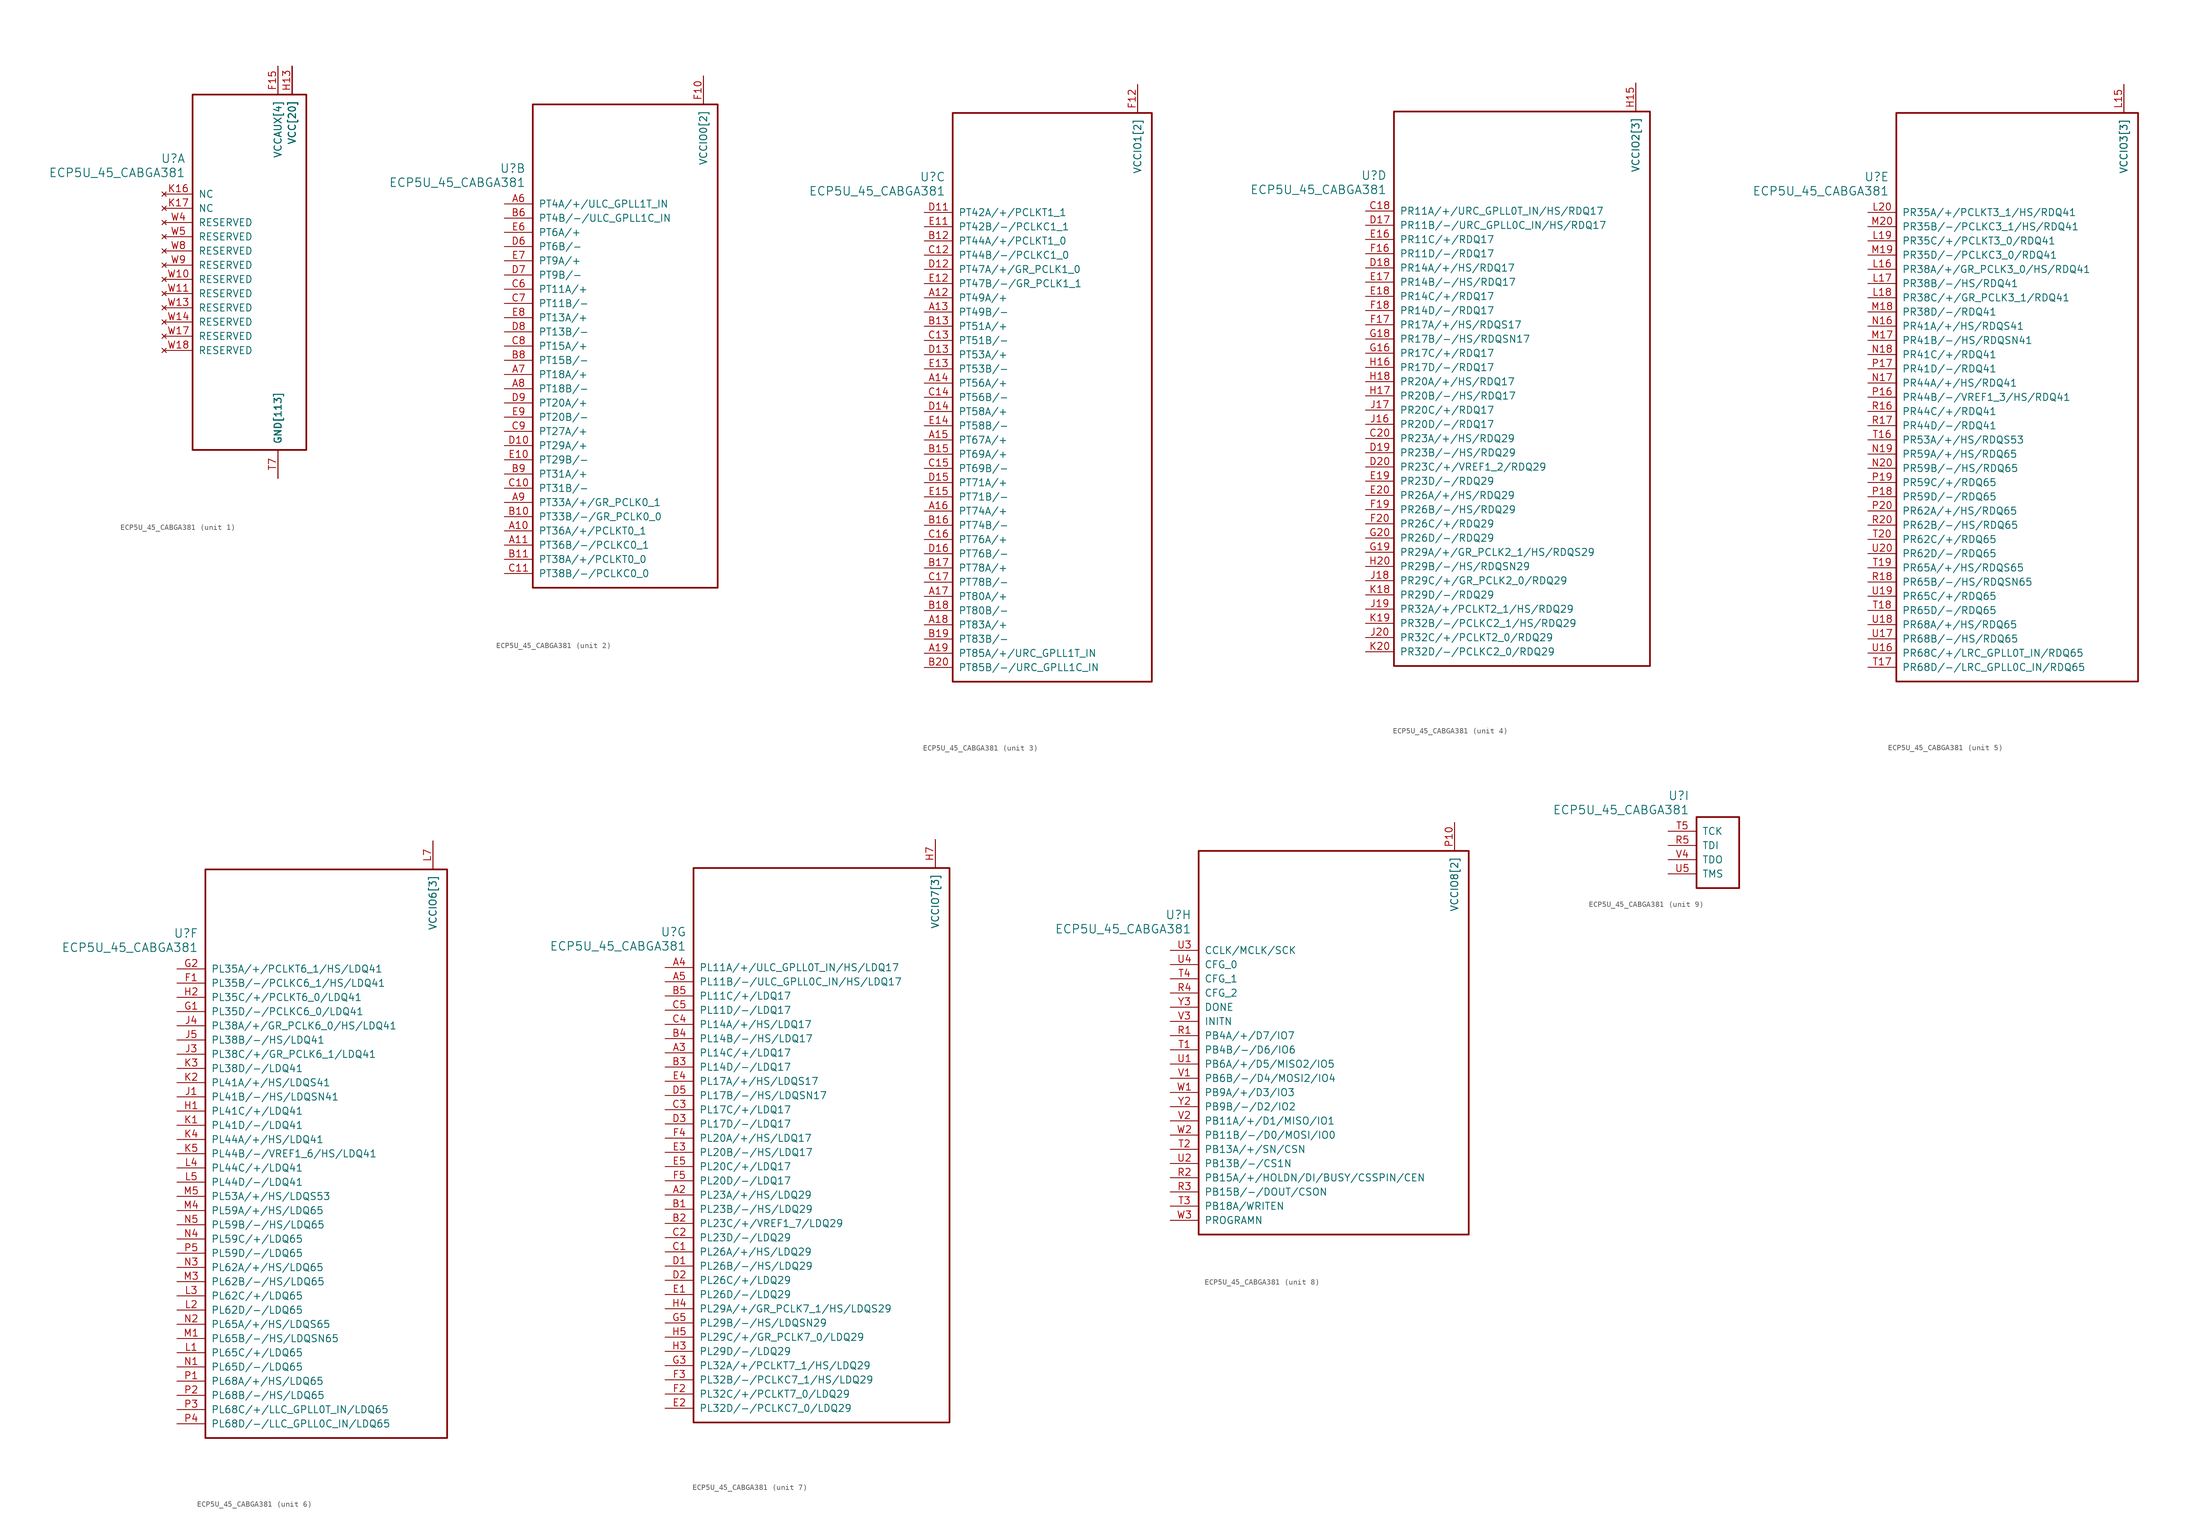
<source format=kicad_sym>
(kicad_symbol_lib
  (version 20241209)
  (generator "kicad_symbol_editor")
  (generator_version "9.0")
  (symbol "ECP5U_45_CABGA381"
    (pin_names
      (offset 1.016))
    (property "Reference" "U"
      (at 3.81 6.35 0)
      (effects (font (size 1.524 1.524)) (justify right)))
    (property "Value" "ECP5U_45_CABGA381"
      (at 3.81 3.81 0)
      (effects (font (size 1.524 1.524)) (justify right)))
    (property "ki_locked" ""
      (at 0 0 0)
      (effects (font (size 1.27 1.27))))
    (symbol "ECP5U_45_CABGA381_1_1"
      (rectangle (start 5.08 17.78) (end 25.4 -45.72) (stroke (width 0.305) (type solid)) (fill (type none)))
      (pin no_connect line (at 0 0 0) (length 5.08) (name "NC" (effects (font (size 1.27 1.27)))) (number "K16" (effects (font (size 1.27 1.27)))))
      (pin no_connect line (at 0 -2.54 0) (length 5.08) (name "NC" (effects (font (size 1.27 1.27)))) (number "K17" (effects (font (size 1.27 1.27)))))
      (pin no_connect line (at 0 -5.08 0) (length 5.08) (name "RESERVED" (effects (font (size 1.27 1.27)))) (number "W4" (effects (font (size 1.27 1.27)))))
      (pin no_connect line (at 0 -7.62 0) (length 5.08) (name "RESERVED" (effects (font (size 1.27 1.27)))) (number "W5" (effects (font (size 1.27 1.27)))))
      (pin no_connect line (at 0 -10.16 0) (length 5.08) (name "RESERVED" (effects (font (size 1.27 1.27)))) (number "W8" (effects (font (size 1.27 1.27)))))
      (pin no_connect line (at 0 -12.7 0) (length 5.08) (name "RESERVED" (effects (font (size 1.27 1.27)))) (number "W9" (effects (font (size 1.27 1.27)))))
      (pin no_connect line (at 0 -15.24 0) (length 5.08) (name "RESERVED" (effects (font (size 1.27 1.27)))) (number "W10" (effects (font (size 1.27 1.27)))))
      (pin no_connect line (at 0 -17.78 0) (length 5.08) (name "RESERVED" (effects (font (size 1.27 1.27)))) (number "W11" (effects (font (size 1.27 1.27)))))
      (pin no_connect line (at 0 -20.32 0) (length 5.08) (name "RESERVED" (effects (font (size 1.27 1.27)))) (number "W13" (effects (font (size 1.27 1.27)))))
      (pin no_connect line (at 0 -22.86 0) (length 5.08) (name "RESERVED" (effects (font (size 1.27 1.27)))) (number "W14" (effects (font (size 1.27 1.27)))))
      (pin no_connect line (at 0 -25.4 0) (length 5.08) (name "RESERVED" (effects (font (size 1.27 1.27)))) (number "W17" (effects (font (size 1.27 1.27)))))
      (pin no_connect line (at 0 -27.94 0) (length 5.08) (name "RESERVED" (effects (font (size 1.27 1.27)))) (number "W18" (effects (font (size 1.27 1.27)))))
      (pin power_in line (at 20.32 22.86 270) (length 5.08) (name "VCCAUX[4]" (effects (font (size 1.27 1.27)))) (number "F15" (effects (font (size 1.27 1.27)))))
      (pin power_in line (at 20.32 22.86 270) (length 5.08) (name "VCCAUX[4]" (effects (font (size 1.27 1.27)))) (number "F6" (effects (font (size 0 0)))))
      (pin power_in line (at 20.32 22.86 270) (length 5.08) (name "VCCAUX[4]" (effects (font (size 1.27 1.27)))) (number "P15" (effects (font (size 0 0)))))
      (pin power_in line (at 20.32 22.86 270) (length 5.08) (name "VCCAUX[4]" (effects (font (size 1.27 1.27)))) (number "P6" (effects (font (size 0 0)))))
      (pin power_in line (at 20.32 -50.8 90) (length 5.08) (name "GND[113]" (effects (font (size 1.27 1.27)))) (number "B14" (effects (font (size 0 0)))))
      (pin power_in line (at 20.32 -50.8 90) (length 5.08) (name "GND[113]" (effects (font (size 1.27 1.27)))) (number "B7" (effects (font (size 0 0)))))
      (pin power_in line (at 20.32 -50.8 90) (length 5.08) (name "GND[113]" (effects (font (size 1.27 1.27)))) (number "C19" (effects (font (size 0 0)))))
      (pin power_in line (at 20.32 -50.8 90) (length 5.08) (name "GND[113]" (effects (font (size 1.27 1.27)))) (number "D4" (effects (font (size 0 0)))))
      (pin power_in line (at 20.32 -50.8 90) (length 5.08) (name "GND[113]" (effects (font (size 1.27 1.27)))) (number "F13" (effects (font (size 0 0)))))
      (pin power_in line (at 20.32 -50.8 90) (length 5.08) (name "GND[113]" (effects (font (size 1.27 1.27)))) (number "F14" (effects (font (size 0 0)))))
      (pin power_in line (at 20.32 -50.8 90) (length 5.08) (name "GND[113]" (effects (font (size 1.27 1.27)))) (number "F7" (effects (font (size 0 0)))))
      (pin power_in line (at 20.32 -50.8 90) (length 5.08) (name "GND[113]" (effects (font (size 1.27 1.27)))) (number "F8" (effects (font (size 0 0)))))
      (pin power_in line (at 20.32 -50.8 90) (length 5.08) (name "GND[113]" (effects (font (size 1.27 1.27)))) (number "G10" (effects (font (size 0 0)))))
      (pin power_in line (at 20.32 -50.8 90) (length 5.08) (name "GND[113]" (effects (font (size 1.27 1.27)))) (number "G11" (effects (font (size 0 0)))))
      (pin power_in line (at 20.32 -50.8 90) (length 5.08) (name "GND[113]" (effects (font (size 1.27 1.27)))) (number "G12" (effects (font (size 0 0)))))
      (pin power_in line (at 20.32 -50.8 90) (length 5.08) (name "GND[113]" (effects (font (size 1.27 1.27)))) (number "G13" (effects (font (size 0 0)))))
      (pin power_in line (at 20.32 -50.8 90) (length 5.08) (name "GND[113]" (effects (font (size 1.27 1.27)))) (number "G14" (effects (font (size 0 0)))))
      (pin power_in line (at 20.32 -50.8 90) (length 5.08) (name "GND[113]" (effects (font (size 1.27 1.27)))) (number "G15" (effects (font (size 0 0)))))
      (pin power_in line (at 20.32 -50.8 90) (length 5.08) (name "GND[113]" (effects (font (size 1.27 1.27)))) (number "G17" (effects (font (size 0 0)))))
      (pin power_in line (at 20.32 -50.8 90) (length 5.08) (name "GND[113]" (effects (font (size 1.27 1.27)))) (number "G4" (effects (font (size 0 0)))))
      (pin power_in line (at 20.32 -50.8 90) (length 5.08) (name "GND[113]" (effects (font (size 1.27 1.27)))) (number "G6" (effects (font (size 0 0)))))
      (pin power_in line (at 20.32 -50.8 90) (length 5.08) (name "GND[113]" (effects (font (size 1.27 1.27)))) (number "G7" (effects (font (size 0 0)))))
      (pin power_in line (at 20.32 -50.8 90) (length 5.08) (name "GND[113]" (effects (font (size 1.27 1.27)))) (number "G8" (effects (font (size 0 0)))))
      (pin power_in line (at 20.32 -50.8 90) (length 5.08) (name "GND[113]" (effects (font (size 1.27 1.27)))) (number "G9" (effects (font (size 0 0)))))
      (pin power_in line (at 20.32 -50.8 90) (length 5.08) (name "GND[113]" (effects (font (size 1.27 1.27)))) (number "H19" (effects (font (size 0 0)))))
      (pin power_in line (at 20.32 -50.8 90) (length 5.08) (name "GND[113]" (effects (font (size 1.27 1.27)))) (number "J10" (effects (font (size 0 0)))))
      (pin power_in line (at 20.32 -50.8 90) (length 5.08) (name "GND[113]" (effects (font (size 1.27 1.27)))) (number "J11" (effects (font (size 0 0)))))
      (pin power_in line (at 20.32 -50.8 90) (length 5.08) (name "GND[113]" (effects (font (size 1.27 1.27)))) (number "J12" (effects (font (size 0 0)))))
      (pin power_in line (at 20.32 -50.8 90) (length 5.08) (name "GND[113]" (effects (font (size 1.27 1.27)))) (number "J14" (effects (font (size 0 0)))))
      (pin power_in line (at 20.32 -50.8 90) (length 5.08) (name "GND[113]" (effects (font (size 1.27 1.27)))) (number "J2" (effects (font (size 0 0)))))
      (pin power_in line (at 20.32 -50.8 90) (length 5.08) (name "GND[113]" (effects (font (size 1.27 1.27)))) (number "J7" (effects (font (size 0 0)))))
      (pin power_in line (at 20.32 -50.8 90) (length 5.08) (name "GND[113]" (effects (font (size 1.27 1.27)))) (number "J9" (effects (font (size 0 0)))))
      (pin power_in line (at 20.32 -50.8 90) (length 5.08) (name "GND[113]" (effects (font (size 1.27 1.27)))) (number "K10" (effects (font (size 0 0)))))
      (pin power_in line (at 20.32 -50.8 90) (length 5.08) (name "GND[113]" (effects (font (size 1.27 1.27)))) (number "K11" (effects (font (size 0 0)))))
      (pin power_in line (at 20.32 -50.8 90) (length 5.08) (name "GND[113]" (effects (font (size 1.27 1.27)))) (number "K12" (effects (font (size 0 0)))))
      (pin power_in line (at 20.32 -50.8 90) (length 5.08) (name "GND[113]" (effects (font (size 1.27 1.27)))) (number "K14" (effects (font (size 0 0)))))
      (pin power_in line (at 20.32 -50.8 90) (length 5.08) (name "GND[113]" (effects (font (size 1.27 1.27)))) (number "K15" (effects (font (size 0 0)))))
      (pin power_in line (at 20.32 -50.8 90) (length 5.08) (name "GND[113]" (effects (font (size 1.27 1.27)))) (number "K6" (effects (font (size 0 0)))))
      (pin power_in line (at 20.32 -50.8 90) (length 5.08) (name "GND[113]" (effects (font (size 1.27 1.27)))) (number "K7" (effects (font (size 0 0)))))
      (pin power_in line (at 20.32 -50.8 90) (length 5.08) (name "GND[113]" (effects (font (size 1.27 1.27)))) (number "K9" (effects (font (size 0 0)))))
      (pin power_in line (at 20.32 -50.8 90) (length 5.08) (name "GND[113]" (effects (font (size 1.27 1.27)))) (number "L10" (effects (font (size 0 0)))))
      (pin power_in line (at 20.32 -50.8 90) (length 5.08) (name "GND[113]" (effects (font (size 1.27 1.27)))) (number "L11" (effects (font (size 0 0)))))
      (pin power_in line (at 20.32 -50.8 90) (length 5.08) (name "GND[113]" (effects (font (size 1.27 1.27)))) (number "L12" (effects (font (size 0 0)))))
      (pin power_in line (at 20.32 -50.8 90) (length 5.08) (name "GND[113]" (effects (font (size 1.27 1.27)))) (number "L9" (effects (font (size 0 0)))))
      (pin power_in line (at 20.32 -50.8 90) (length 5.08) (name "GND[113]" (effects (font (size 1.27 1.27)))) (number "M10" (effects (font (size 0 0)))))
      (pin power_in line (at 20.32 -50.8 90) (length 5.08) (name "GND[113]" (effects (font (size 1.27 1.27)))) (number "M11" (effects (font (size 0 0)))))
      (pin power_in line (at 20.32 -50.8 90) (length 5.08) (name "GND[113]" (effects (font (size 1.27 1.27)))) (number "M12" (effects (font (size 0 0)))))
      (pin power_in line (at 20.32 -50.8 90) (length 5.08) (name "GND[113]" (effects (font (size 1.27 1.27)))) (number "M14" (effects (font (size 0 0)))))
      (pin power_in line (at 20.32 -50.8 90) (length 5.08) (name "GND[113]" (effects (font (size 1.27 1.27)))) (number "M16" (effects (font (size 0 0)))))
      (pin power_in line (at 20.32 -50.8 90) (length 5.08) (name "GND[113]" (effects (font (size 1.27 1.27)))) (number "M2" (effects (font (size 0 0)))))
      (pin power_in line (at 20.32 -50.8 90) (length 5.08) (name "GND[113]" (effects (font (size 1.27 1.27)))) (number "M7" (effects (font (size 0 0)))))
      (pin power_in line (at 20.32 -50.8 90) (length 5.08) (name "GND[113]" (effects (font (size 1.27 1.27)))) (number "M9" (effects (font (size 0 0)))))
      (pin power_in line (at 20.32 -50.8 90) (length 5.08) (name "GND[113]" (effects (font (size 1.27 1.27)))) (number "N14" (effects (font (size 0 0)))))
      (pin power_in line (at 20.32 -50.8 90) (length 5.08) (name "GND[113]" (effects (font (size 1.27 1.27)))) (number "N15" (effects (font (size 0 0)))))
      (pin power_in line (at 20.32 -50.8 90) (length 5.08) (name "GND[113]" (effects (font (size 1.27 1.27)))) (number "N6" (effects (font (size 0 0)))))
      (pin power_in line (at 20.32 -50.8 90) (length 5.08) (name "GND[113]" (effects (font (size 1.27 1.27)))) (number "N7" (effects (font (size 0 0)))))
      (pin power_in line (at 20.32 -50.8 90) (length 5.08) (name "GND[113]" (effects (font (size 1.27 1.27)))) (number "P11" (effects (font (size 0 0)))))
      (pin power_in line (at 20.32 -50.8 90) (length 5.08) (name "GND[113]" (effects (font (size 1.27 1.27)))) (number "P12" (effects (font (size 0 0)))))
      (pin power_in line (at 20.32 -50.8 90) (length 5.08) (name "GND[113]" (effects (font (size 1.27 1.27)))) (number "P13" (effects (font (size 0 0)))))
      (pin power_in line (at 20.32 -50.8 90) (length 5.08) (name "GND[113]" (effects (font (size 1.27 1.27)))) (number "P14" (effects (font (size 0 0)))))
      (pin power_in line (at 20.32 -50.8 90) (length 5.08) (name "GND[113]" (effects (font (size 1.27 1.27)))) (number "P7" (effects (font (size 0 0)))))
      (pin power_in line (at 20.32 -50.8 90) (length 5.08) (name "GND[113]" (effects (font (size 1.27 1.27)))) (number "P8" (effects (font (size 0 0)))))
      (pin power_in line (at 20.32 -50.8 90) (length 5.08) (name "GND[113]" (effects (font (size 1.27 1.27)))) (number "R19" (effects (font (size 0 0)))))
      (pin power_in line (at 20.32 -50.8 90) (length 5.08) (name "GND[113]" (effects (font (size 1.27 1.27)))) (number "T10" (effects (font (size 0 0)))))
      (pin power_in line (at 20.32 -50.8 90) (length 5.08) (name "GND[113]" (effects (font (size 1.27 1.27)))) (number "T11" (effects (font (size 0 0)))))
      (pin power_in line (at 20.32 -50.8 90) (length 5.08) (name "GND[113]" (effects (font (size 1.27 1.27)))) (number "T12" (effects (font (size 0 0)))))
      (pin power_in line (at 20.32 -50.8 90) (length 5.08) (name "GND[113]" (effects (font (size 1.27 1.27)))) (number "T13" (effects (font (size 0 0)))))
      (pin power_in line (at 20.32 -50.8 90) (length 5.08) (name "GND[113]" (effects (font (size 1.27 1.27)))) (number "T14" (effects (font (size 0 0)))))
      (pin power_in line (at 20.32 -50.8 90) (length 5.08) (name "GND[113]" (effects (font (size 1.27 1.27)))) (number "T15" (effects (font (size 0 0)))))
      (pin power_in line (at 20.32 -50.8 90) (length 5.08) (name "GND[113]" (effects (font (size 1.27 1.27)))) (number "T6" (effects (font (size 0 0)))))
      (pin power_in line (at 20.32 -50.8 90) (length 5.08) (name "GND[113]" (effects (font (size 1.27 1.27)))) (number "T7" (effects (font (size 1.27 1.27)))))
      (pin power_in line (at 20.32 -50.8 90) (length 5.08) (name "GND[113]" (effects (font (size 1.27 1.27)))) (number "T8" (effects (font (size 0 0)))))
      (pin power_in line (at 20.32 -50.8 90) (length 5.08) (name "GND[113]" (effects (font (size 1.27 1.27)))) (number "T9" (effects (font (size 0 0)))))
      (pin power_in line (at 20.32 -50.8 90) (length 5.08) (name "GND[113]" (effects (font (size 1.27 1.27)))) (number "U10" (effects (font (size 0 0)))))
      (pin power_in line (at 20.32 -50.8 90) (length 5.08) (name "GND[113]" (effects (font (size 1.27 1.27)))) (number "U11" (effects (font (size 0 0)))))
      (pin power_in line (at 20.32 -50.8 90) (length 5.08) (name "GND[113]" (effects (font (size 1.27 1.27)))) (number "U12" (effects (font (size 0 0)))))
      (pin power_in line (at 20.32 -50.8 90) (length 5.08) (name "GND[113]" (effects (font (size 1.27 1.27)))) (number "U13" (effects (font (size 0 0)))))
      (pin power_in line (at 20.32 -50.8 90) (length 5.08) (name "GND[113]" (effects (font (size 1.27 1.27)))) (number "U14" (effects (font (size 0 0)))))
      (pin power_in line (at 20.32 -50.8 90) (length 5.08) (name "GND[113]" (effects (font (size 1.27 1.27)))) (number "U15" (effects (font (size 0 0)))))
      (pin power_in line (at 20.32 -50.8 90) (length 5.08) (name "GND[113]" (effects (font (size 1.27 1.27)))) (number "U6" (effects (font (size 0 0)))))
      (pin power_in line (at 20.32 -50.8 90) (length 5.08) (name "GND[113]" (effects (font (size 1.27 1.27)))) (number "U7" (effects (font (size 0 0)))))
      (pin power_in line (at 20.32 -50.8 90) (length 5.08) (name "GND[113]" (effects (font (size 1.27 1.27)))) (number "U8" (effects (font (size 0 0)))))
      (pin power_in line (at 20.32 -50.8 90) (length 5.08) (name "GND[113]" (effects (font (size 1.27 1.27)))) (number "U9" (effects (font (size 0 0)))))
      (pin power_in line (at 20.32 -50.8 90) (length 5.08) (name "GND[113]" (effects (font (size 1.27 1.27)))) (number "V10" (effects (font (size 0 0)))))
      (pin power_in line (at 20.32 -50.8 90) (length 5.08) (name "GND[113]" (effects (font (size 1.27 1.27)))) (number "V11" (effects (font (size 0 0)))))
      (pin power_in line (at 20.32 -50.8 90) (length 5.08) (name "GND[113]" (effects (font (size 1.27 1.27)))) (number "V12" (effects (font (size 0 0)))))
      (pin power_in line (at 20.32 -50.8 90) (length 5.08) (name "GND[113]" (effects (font (size 1.27 1.27)))) (number "V13" (effects (font (size 0 0)))))
      (pin power_in line (at 20.32 -50.8 90) (length 5.08) (name "GND[113]" (effects (font (size 1.27 1.27)))) (number "V14" (effects (font (size 0 0)))))
      (pin power_in line (at 20.32 -50.8 90) (length 5.08) (name "GND[113]" (effects (font (size 1.27 1.27)))) (number "V15" (effects (font (size 0 0)))))
      (pin power_in line (at 20.32 -50.8 90) (length 5.08) (name "GND[113]" (effects (font (size 1.27 1.27)))) (number "V16" (effects (font (size 0 0)))))
      (pin power_in line (at 20.32 -50.8 90) (length 5.08) (name "GND[113]" (effects (font (size 1.27 1.27)))) (number "V17" (effects (font (size 0 0)))))
      (pin power_in line (at 20.32 -50.8 90) (length 5.08) (name "GND[113]" (effects (font (size 1.27 1.27)))) (number "V18" (effects (font (size 0 0)))))
      (pin power_in line (at 20.32 -50.8 90) (length 5.08) (name "GND[113]" (effects (font (size 1.27 1.27)))) (number "V19" (effects (font (size 0 0)))))
      (pin power_in line (at 20.32 -50.8 90) (length 5.08) (name "GND[113]" (effects (font (size 1.27 1.27)))) (number "V20" (effects (font (size 0 0)))))
      (pin power_in line (at 20.32 -50.8 90) (length 5.08) (name "GND[113]" (effects (font (size 1.27 1.27)))) (number "V5" (effects (font (size 0 0)))))
      (pin power_in line (at 20.32 -50.8 90) (length 5.08) (name "GND[113]" (effects (font (size 1.27 1.27)))) (number "V6" (effects (font (size 0 0)))))
      (pin power_in line (at 20.32 -50.8 90) (length 5.08) (name "GND[113]" (effects (font (size 1.27 1.27)))) (number "V7" (effects (font (size 0 0)))))
      (pin power_in line (at 20.32 -50.8 90) (length 5.08) (name "GND[113]" (effects (font (size 1.27 1.27)))) (number "V8" (effects (font (size 0 0)))))
      (pin power_in line (at 20.32 -50.8 90) (length 5.08) (name "GND[113]" (effects (font (size 1.27 1.27)))) (number "V9" (effects (font (size 0 0)))))
      (pin power_in line (at 20.32 -50.8 90) (length 5.08) (name "GND[113]" (effects (font (size 1.27 1.27)))) (number "W12" (effects (font (size 0 0)))))
      (pin power_in line (at 20.32 -50.8 90) (length 5.08) (name "GND[113]" (effects (font (size 1.27 1.27)))) (number "W15" (effects (font (size 0 0)))))
      (pin power_in line (at 20.32 -50.8 90) (length 5.08) (name "GND[113]" (effects (font (size 1.27 1.27)))) (number "W16" (effects (font (size 0 0)))))
      (pin power_in line (at 20.32 -50.8 90) (length 5.08) (name "GND[113]" (effects (font (size 1.27 1.27)))) (number "W19" (effects (font (size 0 0)))))
      (pin power_in line (at 20.32 -50.8 90) (length 5.08) (name "GND[113]" (effects (font (size 1.27 1.27)))) (number "W20" (effects (font (size 0 0)))))
      (pin power_in line (at 20.32 -50.8 90) (length 5.08) (name "GND[113]" (effects (font (size 1.27 1.27)))) (number "W6" (effects (font (size 0 0)))))
      (pin power_in line (at 20.32 -50.8 90) (length 5.08) (name "GND[113]" (effects (font (size 1.27 1.27)))) (number "W7" (effects (font (size 0 0)))))
      (pin power_in line (at 20.32 -50.8 90) (length 5.08) (name "GND[113]" (effects (font (size 1.27 1.27)))) (number "Y11" (effects (font (size 0 0)))))
      (pin power_in line (at 20.32 -50.8 90) (length 5.08) (name "GND[113]" (effects (font (size 1.27 1.27)))) (number "Y12" (effects (font (size 0 0)))))
      (pin power_in line (at 20.32 -50.8 90) (length 5.08) (name "GND[113]" (effects (font (size 1.27 1.27)))) (number "Y14" (effects (font (size 0 0)))))
      (pin power_in line (at 20.32 -50.8 90) (length 5.08) (name "GND[113]" (effects (font (size 1.27 1.27)))) (number "Y15" (effects (font (size 0 0)))))
      (pin power_in line (at 20.32 -50.8 90) (length 5.08) (name "GND[113]" (effects (font (size 1.27 1.27)))) (number "Y16" (effects (font (size 0 0)))))
      (pin power_in line (at 20.32 -50.8 90) (length 5.08) (name "GND[113]" (effects (font (size 1.27 1.27)))) (number "Y17" (effects (font (size 0 0)))))
      (pin power_in line (at 20.32 -50.8 90) (length 5.08) (name "GND[113]" (effects (font (size 1.27 1.27)))) (number "Y19" (effects (font (size 0 0)))))
      (pin power_in line (at 20.32 -50.8 90) (length 5.08) (name "GND[113]" (effects (font (size 1.27 1.27)))) (number "Y5" (effects (font (size 0 0)))))
      (pin power_in line (at 20.32 -50.8 90) (length 5.08) (name "GND[113]" (effects (font (size 1.27 1.27)))) (number "Y6" (effects (font (size 0 0)))))
      (pin power_in line (at 20.32 -50.8 90) (length 5.08) (name "GND[113]" (effects (font (size 1.27 1.27)))) (number "Y7" (effects (font (size 0 0)))))
      (pin power_in line (at 20.32 -50.8 90) (length 5.08) (name "GND[113]" (effects (font (size 1.27 1.27)))) (number "Y8" (effects (font (size 0 0)))))
      (pin power_in line (at 22.86 22.86 270) (length 5.08) (name "VCC[20]" (effects (font (size 1.27 1.27)))) (number "H10" (effects (font (size 0 0)))))
      (pin power_in line (at 22.86 22.86 270) (length 5.08) (name "VCC[20]" (effects (font (size 1.27 1.27)))) (number "H11" (effects (font (size 0 0)))))
      (pin power_in line (at 22.86 22.86 270) (length 5.08) (name "VCC[20]" (effects (font (size 1.27 1.27)))) (number "H12" (effects (font (size 0 0)))))
      (pin power_in line (at 22.86 22.86 270) (length 5.08) (name "VCC[20]" (effects (font (size 1.27 1.27)))) (number "H13" (effects (font (size 1.27 1.27)))))
      (pin power_in line (at 22.86 22.86 270) (length 5.08) (name "VCC[20]" (effects (font (size 1.27 1.27)))) (number "H8" (effects (font (size 0 0)))))
      (pin power_in line (at 22.86 22.86 270) (length 5.08) (name "VCC[20]" (effects (font (size 1.27 1.27)))) (number "H9" (effects (font (size 0 0)))))
      (pin power_in line (at 22.86 22.86 270) (length 5.08) (name "VCC[20]" (effects (font (size 1.27 1.27)))) (number "J13" (effects (font (size 0 0)))))
      (pin power_in line (at 22.86 22.86 270) (length 5.08) (name "VCC[20]" (effects (font (size 1.27 1.27)))) (number "J8" (effects (font (size 0 0)))))
      (pin power_in line (at 22.86 22.86 270) (length 5.08) (name "VCC[20]" (effects (font (size 1.27 1.27)))) (number "K13" (effects (font (size 0 0)))))
      (pin power_in line (at 22.86 22.86 270) (length 5.08) (name "VCC[20]" (effects (font (size 1.27 1.27)))) (number "K8" (effects (font (size 0 0)))))
      (pin power_in line (at 22.86 22.86 270) (length 5.08) (name "VCC[20]" (effects (font (size 1.27 1.27)))) (number "L13" (effects (font (size 0 0)))))
      (pin power_in line (at 22.86 22.86 270) (length 5.08) (name "VCC[20]" (effects (font (size 1.27 1.27)))) (number "L8" (effects (font (size 0 0)))))
      (pin power_in line (at 22.86 22.86 270) (length 5.08) (name "VCC[20]" (effects (font (size 1.27 1.27)))) (number "M13" (effects (font (size 0 0)))))
      (pin power_in line (at 22.86 22.86 270) (length 5.08) (name "VCC[20]" (effects (font (size 1.27 1.27)))) (number "M8" (effects (font (size 0 0)))))
      (pin power_in line (at 22.86 22.86 270) (length 5.08) (name "VCC[20]" (effects (font (size 1.27 1.27)))) (number "N10" (effects (font (size 0 0)))))
      (pin power_in line (at 22.86 22.86 270) (length 5.08) (name "VCC[20]" (effects (font (size 1.27 1.27)))) (number "N11" (effects (font (size 0 0)))))
      (pin power_in line (at 22.86 22.86 270) (length 5.08) (name "VCC[20]" (effects (font (size 1.27 1.27)))) (number "N12" (effects (font (size 0 0)))))
      (pin power_in line (at 22.86 22.86 270) (length 5.08) (name "VCC[20]" (effects (font (size 1.27 1.27)))) (number "N13" (effects (font (size 0 0)))))
      (pin power_in line (at 22.86 22.86 270) (length 5.08) (name "VCC[20]" (effects (font (size 1.27 1.27)))) (number "N8" (effects (font (size 0 0)))))
      (pin power_in line (at 22.86 22.86 270) (length 5.08) (name "VCC[20]" (effects (font (size 1.27 1.27)))) (number "N9" (effects (font (size 0 0))))))
    (symbol "ECP5U_45_CABGA381_2_1"
      (rectangle (start 5.08 17.78) (end 38.1 -68.58) (stroke (width 0.305) (type solid)) (fill (type none)))
      (pin bidirectional line (at 0 0 0) (length 5.08) (name "PT4A/+/ULC_GPLL1T_IN" (effects (font (size 1.27 1.27)))) (number "A6" (effects (font (size 1.27 1.27)))))
      (pin bidirectional line (at 0 -2.54 0) (length 5.08) (name "PT4B/-/ULC_GPLL1C_IN" (effects (font (size 1.27 1.27)))) (number "B6" (effects (font (size 1.27 1.27)))))
      (pin bidirectional line (at 0 -5.08 0) (length 5.08) (name "PT6A/+" (effects (font (size 1.27 1.27)))) (number "E6" (effects (font (size 1.27 1.27)))))
      (pin bidirectional line (at 0 -7.62 0) (length 5.08) (name "PT6B/-" (effects (font (size 1.27 1.27)))) (number "D6" (effects (font (size 1.27 1.27)))))
      (pin bidirectional line (at 0 -10.16 0) (length 5.08) (name "PT9A/+" (effects (font (size 1.27 1.27)))) (number "E7" (effects (font (size 1.27 1.27)))))
      (pin bidirectional line (at 0 -12.7 0) (length 5.08) (name "PT9B/-" (effects (font (size 1.27 1.27)))) (number "D7" (effects (font (size 1.27 1.27)))))
      (pin bidirectional line (at 0 -15.24 0) (length 5.08) (name "PT11A/+" (effects (font (size 1.27 1.27)))) (number "C6" (effects (font (size 1.27 1.27)))))
      (pin bidirectional line (at 0 -17.78 0) (length 5.08) (name "PT11B/-" (effects (font (size 1.27 1.27)))) (number "C7" (effects (font (size 1.27 1.27)))))
      (pin bidirectional line (at 0 -20.32 0) (length 5.08) (name "PT13A/+" (effects (font (size 1.27 1.27)))) (number "E8" (effects (font (size 1.27 1.27)))))
      (pin bidirectional line (at 0 -22.86 0) (length 5.08) (name "PT13B/-" (effects (font (size 1.27 1.27)))) (number "D8" (effects (font (size 1.27 1.27)))))
      (pin bidirectional line (at 0 -25.4 0) (length 5.08) (name "PT15A/+" (effects (font (size 1.27 1.27)))) (number "C8" (effects (font (size 1.27 1.27)))))
      (pin bidirectional line (at 0 -27.94 0) (length 5.08) (name "PT15B/-" (effects (font (size 1.27 1.27)))) (number "B8" (effects (font (size 1.27 1.27)))))
      (pin bidirectional line (at 0 -30.48 0) (length 5.08) (name "PT18A/+" (effects (font (size 1.27 1.27)))) (number "A7" (effects (font (size 1.27 1.27)))))
      (pin bidirectional line (at 0 -33.02 0) (length 5.08) (name "PT18B/-" (effects (font (size 1.27 1.27)))) (number "A8" (effects (font (size 1.27 1.27)))))
      (pin bidirectional line (at 0 -35.56 0) (length 5.08) (name "PT20A/+" (effects (font (size 1.27 1.27)))) (number "D9" (effects (font (size 1.27 1.27)))))
      (pin bidirectional line (at 0 -38.1 0) (length 5.08) (name "PT20B/-" (effects (font (size 1.27 1.27)))) (number "E9" (effects (font (size 1.27 1.27)))))
      (pin bidirectional line (at 0 -40.64 0) (length 5.08) (name "PT27A/+" (effects (font (size 1.27 1.27)))) (number "C9" (effects (font (size 1.27 1.27)))))
      (pin bidirectional line (at 0 -43.18 0) (length 5.08) (name "PT29A/+" (effects (font (size 1.27 1.27)))) (number "D10" (effects (font (size 1.27 1.27)))))
      (pin bidirectional line (at 0 -45.72 0) (length 5.08) (name "PT29B/-" (effects (font (size 1.27 1.27)))) (number "E10" (effects (font (size 1.27 1.27)))))
      (pin bidirectional line (at 0 -48.26 0) (length 5.08) (name "PT31A/+" (effects (font (size 1.27 1.27)))) (number "B9" (effects (font (size 1.27 1.27)))))
      (pin bidirectional line (at 0 -50.8 0) (length 5.08) (name "PT31B/-" (effects (font (size 1.27 1.27)))) (number "C10" (effects (font (size 1.27 1.27)))))
      (pin bidirectional line (at 0 -53.34 0) (length 5.08) (name "PT33A/+/GR_PCLK0_1" (effects (font (size 1.27 1.27)))) (number "A9" (effects (font (size 1.27 1.27)))))
      (pin bidirectional line (at 0 -55.88 0) (length 5.08) (name "PT33B/-/GR_PCLK0_0" (effects (font (size 1.27 1.27)))) (number "B10" (effects (font (size 1.27 1.27)))))
      (pin bidirectional line (at 0 -58.42 0) (length 5.08) (name "PT36A/+/PCLKT0_1" (effects (font (size 1.27 1.27)))) (number "A10" (effects (font (size 1.27 1.27)))))
      (pin bidirectional line (at 0 -60.96 0) (length 5.08) (name "PT36B/-/PCLKC0_1" (effects (font (size 1.27 1.27)))) (number "A11" (effects (font (size 1.27 1.27)))))
      (pin bidirectional line (at 0 -63.5 0) (length 5.08) (name "PT38A/+/PCLKT0_0" (effects (font (size 1.27 1.27)))) (number "B11" (effects (font (size 1.27 1.27)))))
      (pin bidirectional line (at 0 -66.04 0) (length 5.08) (name "PT38B/-/PCLKC0_0" (effects (font (size 1.27 1.27)))) (number "C11" (effects (font (size 1.27 1.27)))))
      (pin power_in line (at 35.56 22.86 270) (length 5.08) (name "VCCIO0[2]" (effects (font (size 1.27 1.27)))) (number "F10" (effects (font (size 1.27 1.27)))))
      (pin power_in line (at 35.56 22.86 270) (length 5.08) (name "VCCIO0[2]" (effects (font (size 1.27 1.27)))) (number "F9" (effects (font (size 0 0))))))
    (symbol "ECP5U_45_CABGA381_3_1"
      (rectangle (start 5.08 17.78) (end 40.64 -83.82) (stroke (width 0.305) (type solid)) (fill (type none)))
      (pin bidirectional line (at 0 0 0) (length 5.08) (name "PT42A/+/PCLKT1_1" (effects (font (size 1.27 1.27)))) (number "D11" (effects (font (size 1.27 1.27)))))
      (pin bidirectional line (at 0 -2.54 0) (length 5.08) (name "PT42B/-/PCLKC1_1" (effects (font (size 1.27 1.27)))) (number "E11" (effects (font (size 1.27 1.27)))))
      (pin bidirectional line (at 0 -5.08 0) (length 5.08) (name "PT44A/+/PCLKT1_0" (effects (font (size 1.27 1.27)))) (number "B12" (effects (font (size 1.27 1.27)))))
      (pin bidirectional line (at 0 -7.62 0) (length 5.08) (name "PT44B/-/PCLKC1_0" (effects (font (size 1.27 1.27)))) (number "C12" (effects (font (size 1.27 1.27)))))
      (pin bidirectional line (at 0 -10.16 0) (length 5.08) (name "PT47A/+/GR_PCLK1_0" (effects (font (size 1.27 1.27)))) (number "D12" (effects (font (size 1.27 1.27)))))
      (pin bidirectional line (at 0 -12.7 0) (length 5.08) (name "PT47B/-/GR_PCLK1_1" (effects (font (size 1.27 1.27)))) (number "E12" (effects (font (size 1.27 1.27)))))
      (pin bidirectional line (at 0 -15.24 0) (length 5.08) (name "PT49A/+" (effects (font (size 1.27 1.27)))) (number "A12" (effects (font (size 1.27 1.27)))))
      (pin bidirectional line (at 0 -17.78 0) (length 5.08) (name "PT49B/-" (effects (font (size 1.27 1.27)))) (number "A13" (effects (font (size 1.27 1.27)))))
      (pin bidirectional line (at 0 -20.32 0) (length 5.08) (name "PT51A/+" (effects (font (size 1.27 1.27)))) (number "B13" (effects (font (size 1.27 1.27)))))
      (pin bidirectional line (at 0 -22.86 0) (length 5.08) (name "PT51B/-" (effects (font (size 1.27 1.27)))) (number "C13" (effects (font (size 1.27 1.27)))))
      (pin bidirectional line (at 0 -25.4 0) (length 5.08) (name "PT53A/+" (effects (font (size 1.27 1.27)))) (number "D13" (effects (font (size 1.27 1.27)))))
      (pin bidirectional line (at 0 -27.94 0) (length 5.08) (name "PT53B/-" (effects (font (size 1.27 1.27)))) (number "E13" (effects (font (size 1.27 1.27)))))
      (pin bidirectional line (at 0 -30.48 0) (length 5.08) (name "PT56A/+" (effects (font (size 1.27 1.27)))) (number "A14" (effects (font (size 1.27 1.27)))))
      (pin bidirectional line (at 0 -33.02 0) (length 5.08) (name "PT56B/-" (effects (font (size 1.27 1.27)))) (number "C14" (effects (font (size 1.27 1.27)))))
      (pin bidirectional line (at 0 -35.56 0) (length 5.08) (name "PT58A/+" (effects (font (size 1.27 1.27)))) (number "D14" (effects (font (size 1.27 1.27)))))
      (pin bidirectional line (at 0 -38.1 0) (length 5.08) (name "PT58B/-" (effects (font (size 1.27 1.27)))) (number "E14" (effects (font (size 1.27 1.27)))))
      (pin bidirectional line (at 0 -40.64 0) (length 5.08) (name "PT67A/+" (effects (font (size 1.27 1.27)))) (number "A15" (effects (font (size 1.27 1.27)))))
      (pin bidirectional line (at 0 -43.18 0) (length 5.08) (name "PT69A/+" (effects (font (size 1.27 1.27)))) (number "B15" (effects (font (size 1.27 1.27)))))
      (pin bidirectional line (at 0 -45.72 0) (length 5.08) (name "PT69B/-" (effects (font (size 1.27 1.27)))) (number "C15" (effects (font (size 1.27 1.27)))))
      (pin bidirectional line (at 0 -48.26 0) (length 5.08) (name "PT71A/+" (effects (font (size 1.27 1.27)))) (number "D15" (effects (font (size 1.27 1.27)))))
      (pin bidirectional line (at 0 -50.8 0) (length 5.08) (name "PT71B/-" (effects (font (size 1.27 1.27)))) (number "E15" (effects (font (size 1.27 1.27)))))
      (pin bidirectional line (at 0 -53.34 0) (length 5.08) (name "PT74A/+" (effects (font (size 1.27 1.27)))) (number "A16" (effects (font (size 1.27 1.27)))))
      (pin bidirectional line (at 0 -55.88 0) (length 5.08) (name "PT74B/-" (effects (font (size 1.27 1.27)))) (number "B16" (effects (font (size 1.27 1.27)))))
      (pin bidirectional line (at 0 -58.42 0) (length 5.08) (name "PT76A/+" (effects (font (size 1.27 1.27)))) (number "C16" (effects (font (size 1.27 1.27)))))
      (pin bidirectional line (at 0 -60.96 0) (length 5.08) (name "PT76B/-" (effects (font (size 1.27 1.27)))) (number "D16" (effects (font (size 1.27 1.27)))))
      (pin bidirectional line (at 0 -63.5 0) (length 5.08) (name "PT78A/+" (effects (font (size 1.27 1.27)))) (number "B17" (effects (font (size 1.27 1.27)))))
      (pin bidirectional line (at 0 -66.04 0) (length 5.08) (name "PT78B/-" (effects (font (size 1.27 1.27)))) (number "C17" (effects (font (size 1.27 1.27)))))
      (pin bidirectional line (at 0 -68.58 0) (length 5.08) (name "PT80A/+" (effects (font (size 1.27 1.27)))) (number "A17" (effects (font (size 1.27 1.27)))))
      (pin bidirectional line (at 0 -71.12 0) (length 5.08) (name "PT80B/-" (effects (font (size 1.27 1.27)))) (number "B18" (effects (font (size 1.27 1.27)))))
      (pin bidirectional line (at 0 -73.66 0) (length 5.08) (name "PT83A/+" (effects (font (size 1.27 1.27)))) (number "A18" (effects (font (size 1.27 1.27)))))
      (pin bidirectional line (at 0 -76.2 0) (length 5.08) (name "PT83B/-" (effects (font (size 1.27 1.27)))) (number "B19" (effects (font (size 1.27 1.27)))))
      (pin bidirectional line (at 0 -78.74 0) (length 5.08) (name "PT85A/+/URC_GPLL1T_IN" (effects (font (size 1.27 1.27)))) (number "A19" (effects (font (size 1.27 1.27)))))
      (pin bidirectional line (at 0 -81.28 0) (length 5.08) (name "PT85B/-/URC_GPLL1C_IN" (effects (font (size 1.27 1.27)))) (number "B20" (effects (font (size 1.27 1.27)))))
      (pin power_in line (at 38.1 22.86 270) (length 5.08) (name "VCCIO1[2]" (effects (font (size 1.27 1.27)))) (number "F11" (effects (font (size 0 0)))))
      (pin power_in line (at 38.1 22.86 270) (length 5.08) (name "VCCIO1[2]" (effects (font (size 1.27 1.27)))) (number "F12" (effects (font (size 1.27 1.27))))))
    (symbol "ECP5U_45_CABGA381_4_1"
      (rectangle (start 5.08 17.78) (end 50.8 -81.28) (stroke (width 0.305) (type solid)) (fill (type none)))
      (pin bidirectional line (at 0 0 0) (length 5.08) (name "PR11A/+/URC_GPLL0T_IN/HS/RDQ17" (effects (font (size 1.27 1.27)))) (number "C18" (effects (font (size 1.27 1.27)))))
      (pin bidirectional line (at 0 -2.54 0) (length 5.08) (name "PR11B/-/URC_GPLL0C_IN/HS/RDQ17" (effects (font (size 1.27 1.27)))) (number "D17" (effects (font (size 1.27 1.27)))))
      (pin bidirectional line (at 0 -5.08 0) (length 5.08) (name "PR11C/+/RDQ17" (effects (font (size 1.27 1.27)))) (number "E16" (effects (font (size 1.27 1.27)))))
      (pin bidirectional line (at 0 -7.62 0) (length 5.08) (name "PR11D/-/RDQ17" (effects (font (size 1.27 1.27)))) (number "F16" (effects (font (size 1.27 1.27)))))
      (pin bidirectional line (at 0 -10.16 0) (length 5.08) (name "PR14A/+/HS/RDQ17" (effects (font (size 1.27 1.27)))) (number "D18" (effects (font (size 1.27 1.27)))))
      (pin bidirectional line (at 0 -12.7 0) (length 5.08) (name "PR14B/-/HS/RDQ17" (effects (font (size 1.27 1.27)))) (number "E17" (effects (font (size 1.27 1.27)))))
      (pin bidirectional line (at 0 -15.24 0) (length 5.08) (name "PR14C/+/RDQ17" (effects (font (size 1.27 1.27)))) (number "E18" (effects (font (size 1.27 1.27)))))
      (pin bidirectional line (at 0 -17.78 0) (length 5.08) (name "PR14D/-/RDQ17" (effects (font (size 1.27 1.27)))) (number "F18" (effects (font (size 1.27 1.27)))))
      (pin bidirectional line (at 0 -20.32 0) (length 5.08) (name "PR17A/+/HS/RDQS17" (effects (font (size 1.27 1.27)))) (number "F17" (effects (font (size 1.27 1.27)))))
      (pin bidirectional line (at 0 -22.86 0) (length 5.08) (name "PR17B/-/HS/RDQSN17" (effects (font (size 1.27 1.27)))) (number "G18" (effects (font (size 1.27 1.27)))))
      (pin bidirectional line (at 0 -25.4 0) (length 5.08) (name "PR17C/+/RDQ17" (effects (font (size 1.27 1.27)))) (number "G16" (effects (font (size 1.27 1.27)))))
      (pin bidirectional line (at 0 -27.94 0) (length 5.08) (name "PR17D/-/RDQ17" (effects (font (size 1.27 1.27)))) (number "H16" (effects (font (size 1.27 1.27)))))
      (pin bidirectional line (at 0 -30.48 0) (length 5.08) (name "PR20A/+/HS/RDQ17" (effects (font (size 1.27 1.27)))) (number "H18" (effects (font (size 1.27 1.27)))))
      (pin bidirectional line (at 0 -33.02 0) (length 5.08) (name "PR20B/-/HS/RDQ17" (effects (font (size 1.27 1.27)))) (number "H17" (effects (font (size 1.27 1.27)))))
      (pin bidirectional line (at 0 -35.56 0) (length 5.08) (name "PR20C/+/RDQ17" (effects (font (size 1.27 1.27)))) (number "J17" (effects (font (size 1.27 1.27)))))
      (pin bidirectional line (at 0 -38.1 0) (length 5.08) (name "PR20D/-/RDQ17" (effects (font (size 1.27 1.27)))) (number "J16" (effects (font (size 1.27 1.27)))))
      (pin bidirectional line (at 0 -40.64 0) (length 5.08) (name "PR23A/+/HS/RDQ29" (effects (font (size 1.27 1.27)))) (number "C20" (effects (font (size 1.27 1.27)))))
      (pin bidirectional line (at 0 -43.18 0) (length 5.08) (name "PR23B/-/HS/RDQ29" (effects (font (size 1.27 1.27)))) (number "D19" (effects (font (size 1.27 1.27)))))
      (pin bidirectional line (at 0 -45.72 0) (length 5.08) (name "PR23C/+/VREF1_2/RDQ29" (effects (font (size 1.27 1.27)))) (number "D20" (effects (font (size 1.27 1.27)))))
      (pin bidirectional line (at 0 -48.26 0) (length 5.08) (name "PR23D/-/RDQ29" (effects (font (size 1.27 1.27)))) (number "E19" (effects (font (size 1.27 1.27)))))
      (pin bidirectional line (at 0 -50.8 0) (length 5.08) (name "PR26A/+/HS/RDQ29" (effects (font (size 1.27 1.27)))) (number "E20" (effects (font (size 1.27 1.27)))))
      (pin bidirectional line (at 0 -53.34 0) (length 5.08) (name "PR26B/-/HS/RDQ29" (effects (font (size 1.27 1.27)))) (number "F19" (effects (font (size 1.27 1.27)))))
      (pin bidirectional line (at 0 -55.88 0) (length 5.08) (name "PR26C/+/RDQ29" (effects (font (size 1.27 1.27)))) (number "F20" (effects (font (size 1.27 1.27)))))
      (pin bidirectional line (at 0 -58.42 0) (length 5.08) (name "PR26D/-/RDQ29" (effects (font (size 1.27 1.27)))) (number "G20" (effects (font (size 1.27 1.27)))))
      (pin bidirectional line (at 0 -60.96 0) (length 5.08) (name "PR29A/+/GR_PCLK2_1/HS/RDQS29" (effects (font (size 1.27 1.27)))) (number "G19" (effects (font (size 1.27 1.27)))))
      (pin bidirectional line (at 0 -63.5 0) (length 5.08) (name "PR29B/-/HS/RDQSN29" (effects (font (size 1.27 1.27)))) (number "H20" (effects (font (size 1.27 1.27)))))
      (pin bidirectional line (at 0 -66.04 0) (length 5.08) (name "PR29C/+/GR_PCLK2_0/RDQ29" (effects (font (size 1.27 1.27)))) (number "J18" (effects (font (size 1.27 1.27)))))
      (pin bidirectional line (at 0 -68.58 0) (length 5.08) (name "PR29D/-/RDQ29" (effects (font (size 1.27 1.27)))) (number "K18" (effects (font (size 1.27 1.27)))))
      (pin bidirectional line (at 0 -71.12 0) (length 5.08) (name "PR32A/+/PCLKT2_1/HS/RDQ29" (effects (font (size 1.27 1.27)))) (number "J19" (effects (font (size 1.27 1.27)))))
      (pin bidirectional line (at 0 -73.66 0) (length 5.08) (name "PR32B/-/PCLKC2_1/HS/RDQ29" (effects (font (size 1.27 1.27)))) (number "K19" (effects (font (size 1.27 1.27)))))
      (pin bidirectional line (at 0 -76.2 0) (length 5.08) (name "PR32C/+/PCLKT2_0/RDQ29" (effects (font (size 1.27 1.27)))) (number "J20" (effects (font (size 1.27 1.27)))))
      (pin bidirectional line (at 0 -78.74 0) (length 5.08) (name "PR32D/-/PCLKC2_0/RDQ29" (effects (font (size 1.27 1.27)))) (number "K20" (effects (font (size 1.27 1.27)))))
      (pin power_in line (at 48.26 22.86 270) (length 5.08) (name "VCCIO2[3]" (effects (font (size 1.27 1.27)))) (number "H14" (effects (font (size 0 0)))))
      (pin power_in line (at 48.26 22.86 270) (length 5.08) (name "VCCIO2[3]" (effects (font (size 1.27 1.27)))) (number "H15" (effects (font (size 1.27 1.27)))))
      (pin power_in line (at 48.26 22.86 270) (length 5.08) (name "VCCIO2[3]" (effects (font (size 1.27 1.27)))) (number "J15" (effects (font (size 0 0))))))
    (symbol "ECP5U_45_CABGA381_5_1"
      (rectangle (start 5.08 17.78) (end 48.26 -83.82) (stroke (width 0.305) (type solid)) (fill (type none)))
      (pin bidirectional line (at 0 0 0) (length 5.08) (name "PR35A/+/PCLKT3_1/HS/RDQ41" (effects (font (size 1.27 1.27)))) (number "L20" (effects (font (size 1.27 1.27)))))
      (pin bidirectional line (at 0 -2.54 0) (length 5.08) (name "PR35B/-/PCLKC3_1/HS/RDQ41" (effects (font (size 1.27 1.27)))) (number "M20" (effects (font (size 1.27 1.27)))))
      (pin bidirectional line (at 0 -5.08 0) (length 5.08) (name "PR35C/+/PCLKT3_0/RDQ41" (effects (font (size 1.27 1.27)))) (number "L19" (effects (font (size 1.27 1.27)))))
      (pin bidirectional line (at 0 -7.62 0) (length 5.08) (name "PR35D/-/PCLKC3_0/RDQ41" (effects (font (size 1.27 1.27)))) (number "M19" (effects (font (size 1.27 1.27)))))
      (pin bidirectional line (at 0 -10.16 0) (length 5.08) (name "PR38A/+/GR_PCLK3_0/HS/RDQ41" (effects (font (size 1.27 1.27)))) (number "L16" (effects (font (size 1.27 1.27)))))
      (pin bidirectional line (at 0 -12.7 0) (length 5.08) (name "PR38B/-/HS/RDQ41" (effects (font (size 1.27 1.27)))) (number "L17" (effects (font (size 1.27 1.27)))))
      (pin bidirectional line (at 0 -15.24 0) (length 5.08) (name "PR38C/+/GR_PCLK3_1/RDQ41" (effects (font (size 1.27 1.27)))) (number "L18" (effects (font (size 1.27 1.27)))))
      (pin bidirectional line (at 0 -17.78 0) (length 5.08) (name "PR38D/-/RDQ41" (effects (font (size 1.27 1.27)))) (number "M18" (effects (font (size 1.27 1.27)))))
      (pin bidirectional line (at 0 -20.32 0) (length 5.08) (name "PR41A/+/HS/RDQS41" (effects (font (size 1.27 1.27)))) (number "N16" (effects (font (size 1.27 1.27)))))
      (pin bidirectional line (at 0 -22.86 0) (length 5.08) (name "PR41B/-/HS/RDQSN41" (effects (font (size 1.27 1.27)))) (number "M17" (effects (font (size 1.27 1.27)))))
      (pin bidirectional line (at 0 -25.4 0) (length 5.08) (name "PR41C/+/RDQ41" (effects (font (size 1.27 1.27)))) (number "N18" (effects (font (size 1.27 1.27)))))
      (pin bidirectional line (at 0 -27.94 0) (length 5.08) (name "PR41D/-/RDQ41" (effects (font (size 1.27 1.27)))) (number "P17" (effects (font (size 1.27 1.27)))))
      (pin bidirectional line (at 0 -30.48 0) (length 5.08) (name "PR44A/+/HS/RDQ41" (effects (font (size 1.27 1.27)))) (number "N17" (effects (font (size 1.27 1.27)))))
      (pin bidirectional line (at 0 -33.02 0) (length 5.08) (name "PR44B/-/VREF1_3/HS/RDQ41" (effects (font (size 1.27 1.27)))) (number "P16" (effects (font (size 1.27 1.27)))))
      (pin bidirectional line (at 0 -35.56 0) (length 5.08) (name "PR44C/+/RDQ41" (effects (font (size 1.27 1.27)))) (number "R16" (effects (font (size 1.27 1.27)))))
      (pin bidirectional line (at 0 -38.1 0) (length 5.08) (name "PR44D/-/RDQ41" (effects (font (size 1.27 1.27)))) (number "R17" (effects (font (size 1.27 1.27)))))
      (pin bidirectional line (at 0 -40.64 0) (length 5.08) (name "PR53A/+/HS/RDQS53" (effects (font (size 1.27 1.27)))) (number "T16" (effects (font (size 1.27 1.27)))))
      (pin bidirectional line (at 0 -43.18 0) (length 5.08) (name "PR59A/+/HS/RDQ65" (effects (font (size 1.27 1.27)))) (number "N19" (effects (font (size 1.27 1.27)))))
      (pin bidirectional line (at 0 -45.72 0) (length 5.08) (name "PR59B/-/HS/RDQ65" (effects (font (size 1.27 1.27)))) (number "N20" (effects (font (size 1.27 1.27)))))
      (pin bidirectional line (at 0 -48.26 0) (length 5.08) (name "PR59C/+/RDQ65" (effects (font (size 1.27 1.27)))) (number "P19" (effects (font (size 1.27 1.27)))))
      (pin bidirectional line (at 0 -50.8 0) (length 5.08) (name "PR59D/-/RDQ65" (effects (font (size 1.27 1.27)))) (number "P18" (effects (font (size 1.27 1.27)))))
      (pin bidirectional line (at 0 -53.34 0) (length 5.08) (name "PR62A/+/HS/RDQ65" (effects (font (size 1.27 1.27)))) (number "P20" (effects (font (size 1.27 1.27)))))
      (pin bidirectional line (at 0 -55.88 0) (length 5.08) (name "PR62B/-/HS/RDQ65" (effects (font (size 1.27 1.27)))) (number "R20" (effects (font (size 1.27 1.27)))))
      (pin bidirectional line (at 0 -58.42 0) (length 5.08) (name "PR62C/+/RDQ65" (effects (font (size 1.27 1.27)))) (number "T20" (effects (font (size 1.27 1.27)))))
      (pin bidirectional line (at 0 -60.96 0) (length 5.08) (name "PR62D/-/RDQ65" (effects (font (size 1.27 1.27)))) (number "U20" (effects (font (size 1.27 1.27)))))
      (pin bidirectional line (at 0 -63.5 0) (length 5.08) (name "PR65A/+/HS/RDQS65" (effects (font (size 1.27 1.27)))) (number "T19" (effects (font (size 1.27 1.27)))))
      (pin bidirectional line (at 0 -66.04 0) (length 5.08) (name "PR65B/-/HS/RDQSN65" (effects (font (size 1.27 1.27)))) (number "R18" (effects (font (size 1.27 1.27)))))
      (pin bidirectional line (at 0 -68.58 0) (length 5.08) (name "PR65C/+/RDQ65" (effects (font (size 1.27 1.27)))) (number "U19" (effects (font (size 1.27 1.27)))))
      (pin bidirectional line (at 0 -71.12 0) (length 5.08) (name "PR65D/-/RDQ65" (effects (font (size 1.27 1.27)))) (number "T18" (effects (font (size 1.27 1.27)))))
      (pin bidirectional line (at 0 -73.66 0) (length 5.08) (name "PR68A/+/HS/RDQ65" (effects (font (size 1.27 1.27)))) (number "U18" (effects (font (size 1.27 1.27)))))
      (pin bidirectional line (at 0 -76.2 0) (length 5.08) (name "PR68B/-/HS/RDQ65" (effects (font (size 1.27 1.27)))) (number "U17" (effects (font (size 1.27 1.27)))))
      (pin bidirectional line (at 0 -78.74 0) (length 5.08) (name "PR68C/+/LRC_GPLL0T_IN/RDQ65" (effects (font (size 1.27 1.27)))) (number "U16" (effects (font (size 1.27 1.27)))))
      (pin bidirectional line (at 0 -81.28 0) (length 5.08) (name "PR68D/-/LRC_GPLL0C_IN/RDQ65" (effects (font (size 1.27 1.27)))) (number "T17" (effects (font (size 1.27 1.27)))))
      (pin power_in line (at 45.72 22.86 270) (length 5.08) (name "VCCIO3[3]" (effects (font (size 1.27 1.27)))) (number "L14" (effects (font (size 0 0)))))
      (pin power_in line (at 45.72 22.86 270) (length 5.08) (name "VCCIO3[3]" (effects (font (size 1.27 1.27)))) (number "L15" (effects (font (size 1.27 1.27)))))
      (pin power_in line (at 45.72 22.86 270) (length 5.08) (name "VCCIO3[3]" (effects (font (size 1.27 1.27)))) (number "M15" (effects (font (size 0 0))))))
    (symbol "ECP5U_45_CABGA381_6_1"
      (rectangle (start 5.08 17.78) (end 48.26 -83.82) (stroke (width 0.305) (type solid)) (fill (type none)))
      (pin bidirectional line (at 0 0 0) (length 5.08) (name "PL35A/+/PCLKT6_1/HS/LDQ41" (effects (font (size 1.27 1.27)))) (number "G2" (effects (font (size 1.27 1.27)))))
      (pin bidirectional line (at 0 -2.54 0) (length 5.08) (name "PL35B/-/PCLKC6_1/HS/LDQ41" (effects (font (size 1.27 1.27)))) (number "F1" (effects (font (size 1.27 1.27)))))
      (pin bidirectional line (at 0 -5.08 0) (length 5.08) (name "PL35C/+/PCLKT6_0/LDQ41" (effects (font (size 1.27 1.27)))) (number "H2" (effects (font (size 1.27 1.27)))))
      (pin bidirectional line (at 0 -7.62 0) (length 5.08) (name "PL35D/-/PCLKC6_0/LDQ41" (effects (font (size 1.27 1.27)))) (number "G1" (effects (font (size 1.27 1.27)))))
      (pin bidirectional line (at 0 -10.16 0) (length 5.08) (name "PL38A/+/GR_PCLK6_0/HS/LDQ41" (effects (font (size 1.27 1.27)))) (number "J4" (effects (font (size 1.27 1.27)))))
      (pin bidirectional line (at 0 -12.7 0) (length 5.08) (name "PL38B/-/HS/LDQ41" (effects (font (size 1.27 1.27)))) (number "J5" (effects (font (size 1.27 1.27)))))
      (pin bidirectional line (at 0 -15.24 0) (length 5.08) (name "PL38C/+/GR_PCLK6_1/LDQ41" (effects (font (size 1.27 1.27)))) (number "J3" (effects (font (size 1.27 1.27)))))
      (pin bidirectional line (at 0 -17.78 0) (length 5.08) (name "PL38D/-/LDQ41" (effects (font (size 1.27 1.27)))) (number "K3" (effects (font (size 1.27 1.27)))))
      (pin bidirectional line (at 0 -20.32 0) (length 5.08) (name "PL41A/+/HS/LDQS41" (effects (font (size 1.27 1.27)))) (number "K2" (effects (font (size 1.27 1.27)))))
      (pin bidirectional line (at 0 -22.86 0) (length 5.08) (name "PL41B/-/HS/LDQSN41" (effects (font (size 1.27 1.27)))) (number "J1" (effects (font (size 1.27 1.27)))))
      (pin bidirectional line (at 0 -25.4 0) (length 5.08) (name "PL41C/+/LDQ41" (effects (font (size 1.27 1.27)))) (number "H1" (effects (font (size 1.27 1.27)))))
      (pin bidirectional line (at 0 -27.94 0) (length 5.08) (name "PL41D/-/LDQ41" (effects (font (size 1.27 1.27)))) (number "K1" (effects (font (size 1.27 1.27)))))
      (pin bidirectional line (at 0 -30.48 0) (length 5.08) (name "PL44A/+/HS/LDQ41" (effects (font (size 1.27 1.27)))) (number "K4" (effects (font (size 1.27 1.27)))))
      (pin bidirectional line (at 0 -33.02 0) (length 5.08) (name "PL44B/-/VREF1_6/HS/LDQ41" (effects (font (size 1.27 1.27)))) (number "K5" (effects (font (size 1.27 1.27)))))
      (pin bidirectional line (at 0 -35.56 0) (length 5.08) (name "PL44C/+/LDQ41" (effects (font (size 1.27 1.27)))) (number "L4" (effects (font (size 1.27 1.27)))))
      (pin bidirectional line (at 0 -38.1 0) (length 5.08) (name "PL44D/-/LDQ41" (effects (font (size 1.27 1.27)))) (number "L5" (effects (font (size 1.27 1.27)))))
      (pin bidirectional line (at 0 -40.64 0) (length 5.08) (name "PL53A/+/HS/LDQS53" (effects (font (size 1.27 1.27)))) (number "M5" (effects (font (size 1.27 1.27)))))
      (pin bidirectional line (at 0 -43.18 0) (length 5.08) (name "PL59A/+/HS/LDQ65" (effects (font (size 1.27 1.27)))) (number "M4" (effects (font (size 1.27 1.27)))))
      (pin bidirectional line (at 0 -45.72 0) (length 5.08) (name "PL59B/-/HS/LDQ65" (effects (font (size 1.27 1.27)))) (number "N5" (effects (font (size 1.27 1.27)))))
      (pin bidirectional line (at 0 -48.26 0) (length 5.08) (name "PL59C/+/LDQ65" (effects (font (size 1.27 1.27)))) (number "N4" (effects (font (size 1.27 1.27)))))
      (pin bidirectional line (at 0 -50.8 0) (length 5.08) (name "PL59D/-/LDQ65" (effects (font (size 1.27 1.27)))) (number "P5" (effects (font (size 1.27 1.27)))))
      (pin bidirectional line (at 0 -53.34 0) (length 5.08) (name "PL62A/+/HS/LDQ65" (effects (font (size 1.27 1.27)))) (number "N3" (effects (font (size 1.27 1.27)))))
      (pin bidirectional line (at 0 -55.88 0) (length 5.08) (name "PL62B/-/HS/LDQ65" (effects (font (size 1.27 1.27)))) (number "M3" (effects (font (size 1.27 1.27)))))
      (pin bidirectional line (at 0 -58.42 0) (length 5.08) (name "PL62C/+/LDQ65" (effects (font (size 1.27 1.27)))) (number "L3" (effects (font (size 1.27 1.27)))))
      (pin bidirectional line (at 0 -60.96 0) (length 5.08) (name "PL62D/-/LDQ65" (effects (font (size 1.27 1.27)))) (number "L2" (effects (font (size 1.27 1.27)))))
      (pin bidirectional line (at 0 -63.5 0) (length 5.08) (name "PL65A/+/HS/LDQS65" (effects (font (size 1.27 1.27)))) (number "N2" (effects (font (size 1.27 1.27)))))
      (pin bidirectional line (at 0 -66.04 0) (length 5.08) (name "PL65B/-/HS/LDQSN65" (effects (font (size 1.27 1.27)))) (number "M1" (effects (font (size 1.27 1.27)))))
      (pin bidirectional line (at 0 -68.58 0) (length 5.08) (name "PL65C/+/LDQ65" (effects (font (size 1.27 1.27)))) (number "L1" (effects (font (size 1.27 1.27)))))
      (pin bidirectional line (at 0 -71.12 0) (length 5.08) (name "PL65D/-/LDQ65" (effects (font (size 1.27 1.27)))) (number "N1" (effects (font (size 1.27 1.27)))))
      (pin bidirectional line (at 0 -73.66 0) (length 5.08) (name "PL68A/+/HS/LDQ65" (effects (font (size 1.27 1.27)))) (number "P1" (effects (font (size 1.27 1.27)))))
      (pin bidirectional line (at 0 -76.2 0) (length 5.08) (name "PL68B/-/HS/LDQ65" (effects (font (size 1.27 1.27)))) (number "P2" (effects (font (size 1.27 1.27)))))
      (pin bidirectional line (at 0 -78.74 0) (length 5.08) (name "PL68C/+/LLC_GPLL0T_IN/LDQ65" (effects (font (size 1.27 1.27)))) (number "P3" (effects (font (size 1.27 1.27)))))
      (pin bidirectional line (at 0 -81.28 0) (length 5.08) (name "PL68D/-/LLC_GPLL0C_IN/LDQ65" (effects (font (size 1.27 1.27)))) (number "P4" (effects (font (size 1.27 1.27)))))
      (pin power_in line (at 45.72 22.86 270) (length 5.08) (name "VCCIO6[3]" (effects (font (size 1.27 1.27)))) (number "L6" (effects (font (size 0 0)))))
      (pin power_in line (at 45.72 22.86 270) (length 5.08) (name "VCCIO6[3]" (effects (font (size 1.27 1.27)))) (number "L7" (effects (font (size 1.27 1.27)))))
      (pin power_in line (at 45.72 22.86 270) (length 5.08) (name "VCCIO6[3]" (effects (font (size 1.27 1.27)))) (number "M6" (effects (font (size 0 0))))))
    (symbol "ECP5U_45_CABGA381_7_1"
      (rectangle (start 5.08 17.78) (end 50.8 -81.28) (stroke (width 0.305) (type solid)) (fill (type none)))
      (pin bidirectional line (at 0 0 0) (length 5.08) (name "PL11A/+/ULC_GPLL0T_IN/HS/LDQ17" (effects (font (size 1.27 1.27)))) (number "A4" (effects (font (size 1.27 1.27)))))
      (pin bidirectional line (at 0 -2.54 0) (length 5.08) (name "PL11B/-/ULC_GPLL0C_IN/HS/LDQ17" (effects (font (size 1.27 1.27)))) (number "A5" (effects (font (size 1.27 1.27)))))
      (pin bidirectional line (at 0 -5.08 0) (length 5.08) (name "PL11C/+/LDQ17" (effects (font (size 1.27 1.27)))) (number "B5" (effects (font (size 1.27 1.27)))))
      (pin bidirectional line (at 0 -7.62 0) (length 5.08) (name "PL11D/-/LDQ17" (effects (font (size 1.27 1.27)))) (number "C5" (effects (font (size 1.27 1.27)))))
      (pin bidirectional line (at 0 -10.16 0) (length 5.08) (name "PL14A/+/HS/LDQ17" (effects (font (size 1.27 1.27)))) (number "C4" (effects (font (size 1.27 1.27)))))
      (pin bidirectional line (at 0 -12.7 0) (length 5.08) (name "PL14B/-/HS/LDQ17" (effects (font (size 1.27 1.27)))) (number "B4" (effects (font (size 1.27 1.27)))))
      (pin bidirectional line (at 0 -15.24 0) (length 5.08) (name "PL14C/+/LDQ17" (effects (font (size 1.27 1.27)))) (number "A3" (effects (font (size 1.27 1.27)))))
      (pin bidirectional line (at 0 -17.78 0) (length 5.08) (name "PL14D/-/LDQ17" (effects (font (size 1.27 1.27)))) (number "B3" (effects (font (size 1.27 1.27)))))
      (pin bidirectional line (at 0 -20.32 0) (length 5.08) (name "PL17A/+/HS/LDQS17" (effects (font (size 1.27 1.27)))) (number "E4" (effects (font (size 1.27 1.27)))))
      (pin bidirectional line (at 0 -22.86 0) (length 5.08) (name "PL17B/-/HS/LDQSN17" (effects (font (size 1.27 1.27)))) (number "D5" (effects (font (size 1.27 1.27)))))
      (pin bidirectional line (at 0 -25.4 0) (length 5.08) (name "PL17C/+/LDQ17" (effects (font (size 1.27 1.27)))) (number "C3" (effects (font (size 1.27 1.27)))))
      (pin bidirectional line (at 0 -27.94 0) (length 5.08) (name "PL17D/-/LDQ17" (effects (font (size 1.27 1.27)))) (number "D3" (effects (font (size 1.27 1.27)))))
      (pin bidirectional line (at 0 -30.48 0) (length 5.08) (name "PL20A/+/HS/LDQ17" (effects (font (size 1.27 1.27)))) (number "F4" (effects (font (size 1.27 1.27)))))
      (pin bidirectional line (at 0 -33.02 0) (length 5.08) (name "PL20B/-/HS/LDQ17" (effects (font (size 1.27 1.27)))) (number "E3" (effects (font (size 1.27 1.27)))))
      (pin bidirectional line (at 0 -35.56 0) (length 5.08) (name "PL20C/+/LDQ17" (effects (font (size 1.27 1.27)))) (number "E5" (effects (font (size 1.27 1.27)))))
      (pin bidirectional line (at 0 -38.1 0) (length 5.08) (name "PL20D/-/LDQ17" (effects (font (size 1.27 1.27)))) (number "F5" (effects (font (size 1.27 1.27)))))
      (pin bidirectional line (at 0 -40.64 0) (length 5.08) (name "PL23A/+/HS/LDQ29" (effects (font (size 1.27 1.27)))) (number "A2" (effects (font (size 1.27 1.27)))))
      (pin bidirectional line (at 0 -43.18 0) (length 5.08) (name "PL23B/-/HS/LDQ29" (effects (font (size 1.27 1.27)))) (number "B1" (effects (font (size 1.27 1.27)))))
      (pin bidirectional line (at 0 -45.72 0) (length 5.08) (name "PL23C/+/VREF1_7/LDQ29" (effects (font (size 1.27 1.27)))) (number "B2" (effects (font (size 1.27 1.27)))))
      (pin bidirectional line (at 0 -48.26 0) (length 5.08) (name "PL23D/-/LDQ29" (effects (font (size 1.27 1.27)))) (number "C2" (effects (font (size 1.27 1.27)))))
      (pin bidirectional line (at 0 -50.8 0) (length 5.08) (name "PL26A/+/HS/LDQ29" (effects (font (size 1.27 1.27)))) (number "C1" (effects (font (size 1.27 1.27)))))
      (pin bidirectional line (at 0 -53.34 0) (length 5.08) (name "PL26B/-/HS/LDQ29" (effects (font (size 1.27 1.27)))) (number "D1" (effects (font (size 1.27 1.27)))))
      (pin bidirectional line (at 0 -55.88 0) (length 5.08) (name "PL26C/+/LDQ29" (effects (font (size 1.27 1.27)))) (number "D2" (effects (font (size 1.27 1.27)))))
      (pin bidirectional line (at 0 -58.42 0) (length 5.08) (name "PL26D/-/LDQ29" (effects (font (size 1.27 1.27)))) (number "E1" (effects (font (size 1.27 1.27)))))
      (pin bidirectional line (at 0 -60.96 0) (length 5.08) (name "PL29A/+/GR_PCLK7_1/HS/LDQS29" (effects (font (size 1.27 1.27)))) (number "H4" (effects (font (size 1.27 1.27)))))
      (pin bidirectional line (at 0 -63.5 0) (length 5.08) (name "PL29B/-/HS/LDQSN29" (effects (font (size 1.27 1.27)))) (number "G5" (effects (font (size 1.27 1.27)))))
      (pin bidirectional line (at 0 -66.04 0) (length 5.08) (name "PL29C/+/GR_PCLK7_0/LDQ29" (effects (font (size 1.27 1.27)))) (number "H5" (effects (font (size 1.27 1.27)))))
      (pin bidirectional line (at 0 -68.58 0) (length 5.08) (name "PL29D/-/LDQ29" (effects (font (size 1.27 1.27)))) (number "H3" (effects (font (size 1.27 1.27)))))
      (pin bidirectional line (at 0 -71.12 0) (length 5.08) (name "PL32A/+/PCLKT7_1/HS/LDQ29" (effects (font (size 1.27 1.27)))) (number "G3" (effects (font (size 1.27 1.27)))))
      (pin bidirectional line (at 0 -73.66 0) (length 5.08) (name "PL32B/-/PCLKC7_1/HS/LDQ29" (effects (font (size 1.27 1.27)))) (number "F3" (effects (font (size 1.27 1.27)))))
      (pin bidirectional line (at 0 -76.2 0) (length 5.08) (name "PL32C/+/PCLKT7_0/LDQ29" (effects (font (size 1.27 1.27)))) (number "F2" (effects (font (size 1.27 1.27)))))
      (pin bidirectional line (at 0 -78.74 0) (length 5.08) (name "PL32D/-/PCLKC7_0/LDQ29" (effects (font (size 1.27 1.27)))) (number "E2" (effects (font (size 1.27 1.27)))))
      (pin power_in line (at 48.26 22.86 270) (length 5.08) (name "VCCIO7[3]" (effects (font (size 1.27 1.27)))) (number "H6" (effects (font (size 0 0)))))
      (pin power_in line (at 48.26 22.86 270) (length 5.08) (name "VCCIO7[3]" (effects (font (size 1.27 1.27)))) (number "H7" (effects (font (size 1.27 1.27)))))
      (pin power_in line (at 48.26 22.86 270) (length 5.08) (name "VCCIO7[3]" (effects (font (size 1.27 1.27)))) (number "J6" (effects (font (size 0 0))))))
    (symbol "ECP5U_45_CABGA381_8_1"
      (rectangle (start 5.08 17.78) (end 53.34 -50.8) (stroke (width 0.305) (type solid)) (fill (type none)))
      (pin bidirectional line (at 0 0 0) (length 5.08) (name "CCLK/MCLK/SCK" (effects (font (size 1.27 1.27)))) (number "U3" (effects (font (size 1.27 1.27)))))
      (pin bidirectional line (at 0 -2.54 0) (length 5.08) (name "CFG_0" (effects (font (size 1.27 1.27)))) (number "U4" (effects (font (size 1.27 1.27)))))
      (pin bidirectional line (at 0 -5.08 0) (length 5.08) (name "CFG_1" (effects (font (size 1.27 1.27)))) (number "T4" (effects (font (size 1.27 1.27)))))
      (pin bidirectional line (at 0 -7.62 0) (length 5.08) (name "CFG_2" (effects (font (size 1.27 1.27)))) (number "R4" (effects (font (size 1.27 1.27)))))
      (pin bidirectional line (at 0 -10.16 0) (length 5.08) (name "DONE" (effects (font (size 1.27 1.27)))) (number "Y3" (effects (font (size 1.27 1.27)))))
      (pin bidirectional line (at 0 -12.7 0) (length 5.08) (name "INITN" (effects (font (size 1.27 1.27)))) (number "V3" (effects (font (size 1.27 1.27)))))
      (pin bidirectional line (at 0 -15.24 0) (length 5.08) (name "PB4A/+/D7/IO7" (effects (font (size 1.27 1.27)))) (number "R1" (effects (font (size 1.27 1.27)))))
      (pin bidirectional line (at 0 -17.78 0) (length 5.08) (name "PB4B/-/D6/IO6" (effects (font (size 1.27 1.27)))) (number "T1" (effects (font (size 1.27 1.27)))))
      (pin bidirectional line (at 0 -20.32 0) (length 5.08) (name "PB6A/+/D5/MISO2/IO5" (effects (font (size 1.27 1.27)))) (number "U1" (effects (font (size 1.27 1.27)))))
      (pin bidirectional line (at 0 -22.86 0) (length 5.08) (name "PB6B/-/D4/MOSI2/IO4" (effects (font (size 1.27 1.27)))) (number "V1" (effects (font (size 1.27 1.27)))))
      (pin bidirectional line (at 0 -25.4 0) (length 5.08) (name "PB9A/+/D3/IO3" (effects (font (size 1.27 1.27)))) (number "W1" (effects (font (size 1.27 1.27)))))
      (pin bidirectional line (at 0 -27.94 0) (length 5.08) (name "PB9B/-/D2/IO2" (effects (font (size 1.27 1.27)))) (number "Y2" (effects (font (size 1.27 1.27)))))
      (pin bidirectional line (at 0 -30.48 0) (length 5.08) (name "PB11A/+/D1/MISO/IO1" (effects (font (size 1.27 1.27)))) (number "V2" (effects (font (size 1.27 1.27)))))
      (pin bidirectional line (at 0 -33.02 0) (length 5.08) (name "PB11B/-/D0/MOSI/IO0" (effects (font (size 1.27 1.27)))) (number "W2" (effects (font (size 1.27 1.27)))))
      (pin bidirectional line (at 0 -35.56 0) (length 5.08) (name "PB13A/+/SN/CSN" (effects (font (size 1.27 1.27)))) (number "T2" (effects (font (size 1.27 1.27)))))
      (pin bidirectional line (at 0 -38.1 0) (length 5.08) (name "PB13B/-/CS1N" (effects (font (size 1.27 1.27)))) (number "U2" (effects (font (size 1.27 1.27)))))
      (pin bidirectional line (at 0 -40.64 0) (length 5.08) (name "PB15A/+/HOLDN/DI/BUSY/CSSPIN/CEN" (effects (font (size 1.27 1.27)))) (number "R2" (effects (font (size 1.27 1.27)))))
      (pin bidirectional line (at 0 -43.18 0) (length 5.08) (name "PB15B/-/DOUT/CSON" (effects (font (size 1.27 1.27)))) (number "R3" (effects (font (size 1.27 1.27)))))
      (pin bidirectional line (at 0 -45.72 0) (length 5.08) (name "PB18A/WRITEN" (effects (font (size 1.27 1.27)))) (number "T3" (effects (font (size 1.27 1.27)))))
      (pin bidirectional line (at 0 -48.26 0) (length 5.08) (name "PROGRAMN" (effects (font (size 1.27 1.27)))) (number "W3" (effects (font (size 1.27 1.27)))))
      (pin power_in line (at 50.8 22.86 270) (length 5.08) (name "VCCIO8[2]" (effects (font (size 1.27 1.27)))) (number "P10" (effects (font (size 1.27 1.27)))))
      (pin power_in line (at 50.8 22.86 270) (length 5.08) (name "VCCIO8[2]" (effects (font (size 1.27 1.27)))) (number "P9" (effects (font (size 0 0))))))
    (symbol "ECP5U_45_CABGA381_9_1"
      (rectangle (start 5.08 2.54) (end 12.7 -10.16) (stroke (width 0.305) (type solid)) (fill (type none)))
      (pin bidirectional line (at 0 0 0) (length 5.08) (name "TCK" (effects (font (size 1.27 1.27)))) (number "T5" (effects (font (size 1.27 1.27)))))
      (pin bidirectional line (at 0 -2.54 0) (length 5.08) (name "TDI" (effects (font (size 1.27 1.27)))) (number "R5" (effects (font (size 1.27 1.27)))))
      (pin bidirectional line (at 0 -5.08 0) (length 5.08) (name "TDO" (effects (font (size 1.27 1.27)))) (number "V4" (effects (font (size 1.27 1.27)))))
      (pin bidirectional line (at 0 -7.62 0) (length 5.08) (name "TMS" (effects (font (size 1.27 1.27)))) (number "U5" (effects (font (size 1.27 1.27))))))))
</source>
